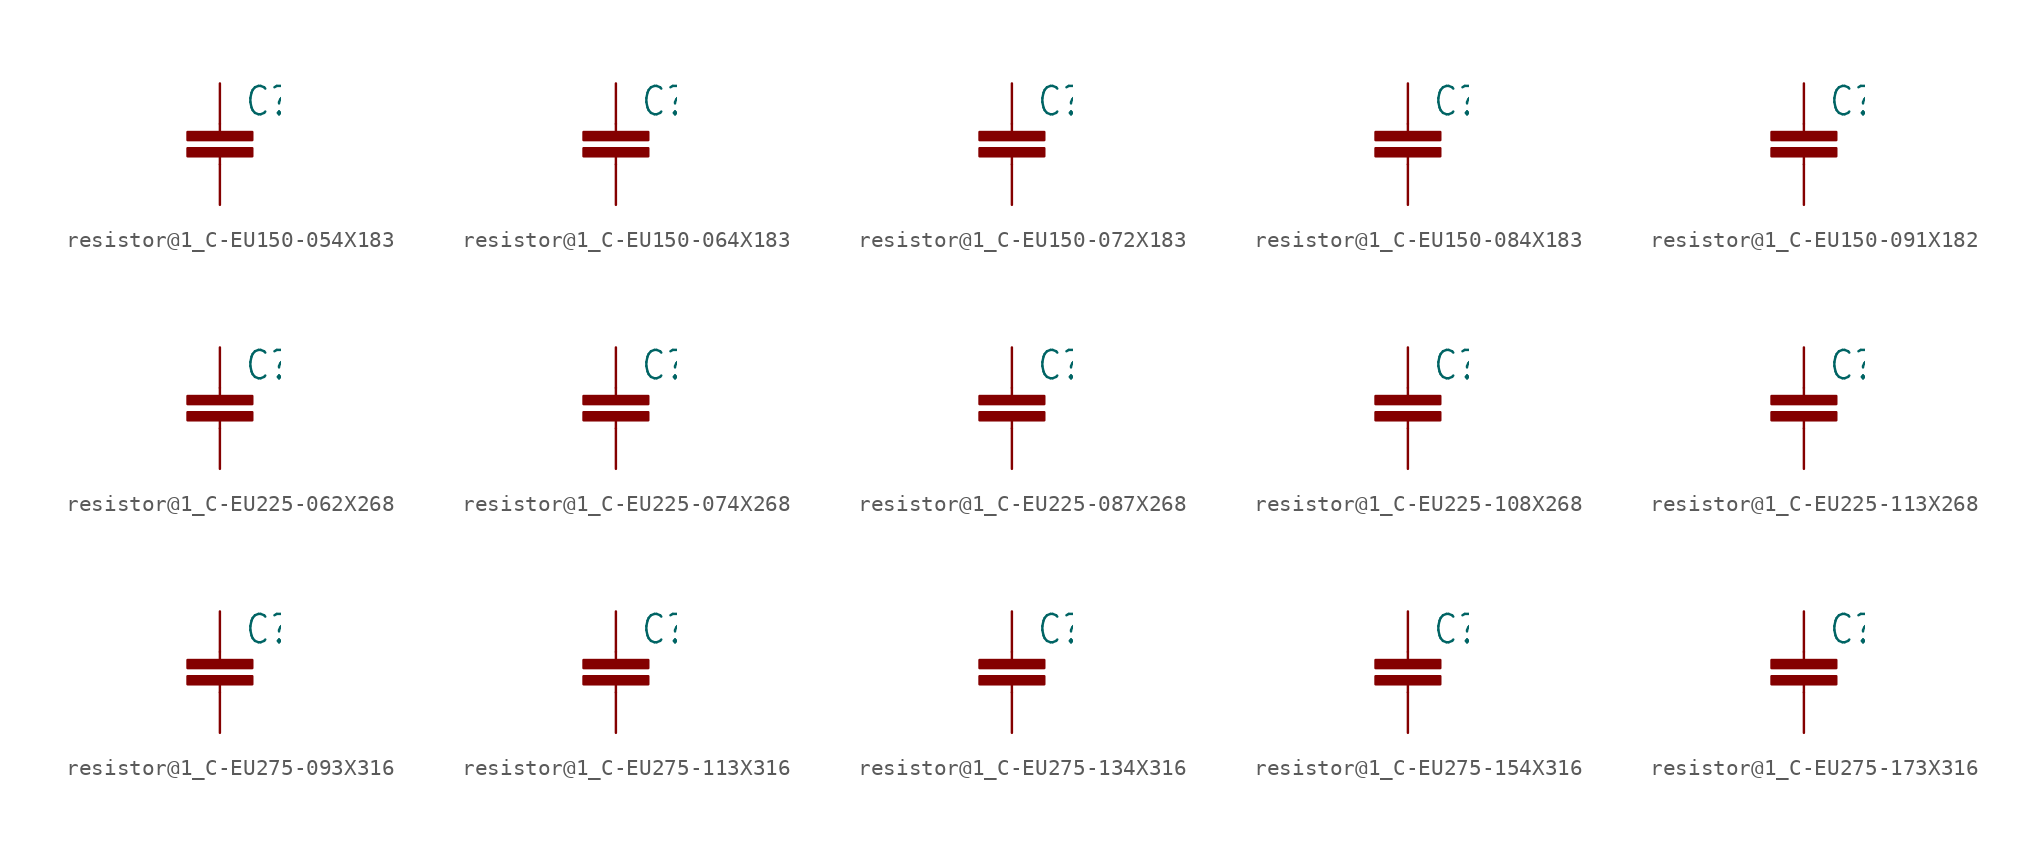
<source format=kicad_sym>
(kicad_symbol_lib
  (version 20231120)
  (generator "kicad_symbol_editor")
  (generator_version "8.0")
  (symbol "resistor@1_C-EU150-054X183"
    (property "Reference" "C"
      (at 1.524 0.381 0)
      (effects (font (size 1.778 1.511)) (justify left bottom)))
    (property "Value" ""
      (at 1.524 -4.699 0)
      (effects (font (size 1.778 1.511)) (justify left bottom)))
    (property "ki_locked" ""
      (at 0 0 0)
      (effects (font (size 1.27 1.27))))
    (symbol "resistor@1_C-EU150-054X183_1_0"
      (rectangle (start -2.032 -2.032) (end 2.032 -1.524) (stroke (width 0) (type default)) (fill (type outline)))
      (rectangle (start -2.032 -1.016) (end 2.032 -0.508) (stroke (width 0) (type default)) (fill (type outline)))
      (polyline (pts (xy 0 -2.54) (xy 0 -2.032)) (stroke (width 0.152) (type solid)) (fill (type none)))
      (polyline (pts (xy 0 0) (xy 0 -0.508)) (stroke (width 0.152) (type solid)) (fill (type none)))
      (pin passive line (at 0 2.54 270) (length 2.54) (name "1" (effects (font (size 0 0)))) (number "1" (effects (font (size 0 0)))))
      (pin passive line (at 0 -5.08 90) (length 2.54) (name "2" (effects (font (size 0 0)))) (number "2" (effects (font (size 0 0)))))))
  (symbol "resistor@1_C-EU150-064X183"
    (property "Reference" "C"
      (at 1.524 0.381 0)
      (effects (font (size 1.778 1.511)) (justify left bottom)))
    (property "Value" ""
      (at 1.524 -4.699 0)
      (effects (font (size 1.778 1.511)) (justify left bottom)))
    (property "ki_locked" ""
      (at 0 0 0)
      (effects (font (size 1.27 1.27))))
    (symbol "resistor@1_C-EU150-064X183_1_0"
      (rectangle (start -2.032 -2.032) (end 2.032 -1.524) (stroke (width 0) (type default)) (fill (type outline)))
      (rectangle (start -2.032 -1.016) (end 2.032 -0.508) (stroke (width 0) (type default)) (fill (type outline)))
      (polyline (pts (xy 0 -2.54) (xy 0 -2.032)) (stroke (width 0.152) (type solid)) (fill (type none)))
      (polyline (pts (xy 0 0) (xy 0 -0.508)) (stroke (width 0.152) (type solid)) (fill (type none)))
      (pin passive line (at 0 2.54 270) (length 2.54) (name "1" (effects (font (size 0 0)))) (number "1" (effects (font (size 0 0)))))
      (pin passive line (at 0 -5.08 90) (length 2.54) (name "2" (effects (font (size 0 0)))) (number "2" (effects (font (size 0 0)))))))
  (symbol "resistor@1_C-EU150-072X183"
    (property "Reference" "C"
      (at 1.524 0.381 0)
      (effects (font (size 1.778 1.511)) (justify left bottom)))
    (property "Value" ""
      (at 1.524 -4.699 0)
      (effects (font (size 1.778 1.511)) (justify left bottom)))
    (property "ki_locked" ""
      (at 0 0 0)
      (effects (font (size 1.27 1.27))))
    (symbol "resistor@1_C-EU150-072X183_1_0"
      (rectangle (start -2.032 -2.032) (end 2.032 -1.524) (stroke (width 0) (type default)) (fill (type outline)))
      (rectangle (start -2.032 -1.016) (end 2.032 -0.508) (stroke (width 0) (type default)) (fill (type outline)))
      (polyline (pts (xy 0 -2.54) (xy 0 -2.032)) (stroke (width 0.152) (type solid)) (fill (type none)))
      (polyline (pts (xy 0 0) (xy 0 -0.508)) (stroke (width 0.152) (type solid)) (fill (type none)))
      (pin passive line (at 0 2.54 270) (length 2.54) (name "1" (effects (font (size 0 0)))) (number "1" (effects (font (size 0 0)))))
      (pin passive line (at 0 -5.08 90) (length 2.54) (name "2" (effects (font (size 0 0)))) (number "2" (effects (font (size 0 0)))))))
  (symbol "resistor@1_C-EU150-084X183"
    (property "Reference" "C"
      (at 1.524 0.381 0)
      (effects (font (size 1.778 1.511)) (justify left bottom)))
    (property "Value" ""
      (at 1.524 -4.699 0)
      (effects (font (size 1.778 1.511)) (justify left bottom)))
    (property "ki_locked" ""
      (at 0 0 0)
      (effects (font (size 1.27 1.27))))
    (symbol "resistor@1_C-EU150-084X183_1_0"
      (rectangle (start -2.032 -2.032) (end 2.032 -1.524) (stroke (width 0) (type default)) (fill (type outline)))
      (rectangle (start -2.032 -1.016) (end 2.032 -0.508) (stroke (width 0) (type default)) (fill (type outline)))
      (polyline (pts (xy 0 -2.54) (xy 0 -2.032)) (stroke (width 0.152) (type solid)) (fill (type none)))
      (polyline (pts (xy 0 0) (xy 0 -0.508)) (stroke (width 0.152) (type solid)) (fill (type none)))
      (pin passive line (at 0 2.54 270) (length 2.54) (name "1" (effects (font (size 0 0)))) (number "1" (effects (font (size 0 0)))))
      (pin passive line (at 0 -5.08 90) (length 2.54) (name "2" (effects (font (size 0 0)))) (number "2" (effects (font (size 0 0)))))))
  (symbol "resistor@1_C-EU150-091X182"
    (property "Reference" "C"
      (at 1.524 0.381 0)
      (effects (font (size 1.778 1.511)) (justify left bottom)))
    (property "Value" ""
      (at 1.524 -4.699 0)
      (effects (font (size 1.778 1.511)) (justify left bottom)))
    (property "ki_locked" ""
      (at 0 0 0)
      (effects (font (size 1.27 1.27))))
    (symbol "resistor@1_C-EU150-091X182_1_0"
      (rectangle (start -2.032 -2.032) (end 2.032 -1.524) (stroke (width 0) (type default)) (fill (type outline)))
      (rectangle (start -2.032 -1.016) (end 2.032 -0.508) (stroke (width 0) (type default)) (fill (type outline)))
      (polyline (pts (xy 0 -2.54) (xy 0 -2.032)) (stroke (width 0.152) (type solid)) (fill (type none)))
      (polyline (pts (xy 0 0) (xy 0 -0.508)) (stroke (width 0.152) (type solid)) (fill (type none)))
      (pin passive line (at 0 2.54 270) (length 2.54) (name "1" (effects (font (size 0 0)))) (number "1" (effects (font (size 0 0)))))
      (pin passive line (at 0 -5.08 90) (length 2.54) (name "2" (effects (font (size 0 0)))) (number "2" (effects (font (size 0 0)))))))
  (symbol "resistor@1_C-EU225-062X268"
    (property "Reference" "C"
      (at 1.524 0.381 0)
      (effects (font (size 1.778 1.511)) (justify left bottom)))
    (property "Value" ""
      (at 1.524 -4.699 0)
      (effects (font (size 1.778 1.511)) (justify left bottom)))
    (property "ki_locked" ""
      (at 0 0 0)
      (effects (font (size 1.27 1.27))))
    (symbol "resistor@1_C-EU225-062X268_1_0"
      (rectangle (start -2.032 -2.032) (end 2.032 -1.524) (stroke (width 0) (type default)) (fill (type outline)))
      (rectangle (start -2.032 -1.016) (end 2.032 -0.508) (stroke (width 0) (type default)) (fill (type outline)))
      (polyline (pts (xy 0 -2.54) (xy 0 -2.032)) (stroke (width 0.152) (type solid)) (fill (type none)))
      (polyline (pts (xy 0 0) (xy 0 -0.508)) (stroke (width 0.152) (type solid)) (fill (type none)))
      (pin passive line (at 0 2.54 270) (length 2.54) (name "1" (effects (font (size 0 0)))) (number "1" (effects (font (size 0 0)))))
      (pin passive line (at 0 -5.08 90) (length 2.54) (name "2" (effects (font (size 0 0)))) (number "2" (effects (font (size 0 0)))))))
  (symbol "resistor@1_C-EU225-074X268"
    (property "Reference" "C"
      (at 1.524 0.381 0)
      (effects (font (size 1.778 1.511)) (justify left bottom)))
    (property "Value" ""
      (at 1.524 -4.699 0)
      (effects (font (size 1.778 1.511)) (justify left bottom)))
    (property "ki_locked" ""
      (at 0 0 0)
      (effects (font (size 1.27 1.27))))
    (symbol "resistor@1_C-EU225-074X268_1_0"
      (rectangle (start -2.032 -2.032) (end 2.032 -1.524) (stroke (width 0) (type default)) (fill (type outline)))
      (rectangle (start -2.032 -1.016) (end 2.032 -0.508) (stroke (width 0) (type default)) (fill (type outline)))
      (polyline (pts (xy 0 -2.54) (xy 0 -2.032)) (stroke (width 0.152) (type solid)) (fill (type none)))
      (polyline (pts (xy 0 0) (xy 0 -0.508)) (stroke (width 0.152) (type solid)) (fill (type none)))
      (pin passive line (at 0 2.54 270) (length 2.54) (name "1" (effects (font (size 0 0)))) (number "1" (effects (font (size 0 0)))))
      (pin passive line (at 0 -5.08 90) (length 2.54) (name "2" (effects (font (size 0 0)))) (number "2" (effects (font (size 0 0)))))))
  (symbol "resistor@1_C-EU225-087X268"
    (property "Reference" "C"
      (at 1.524 0.381 0)
      (effects (font (size 1.778 1.511)) (justify left bottom)))
    (property "Value" ""
      (at 1.524 -4.699 0)
      (effects (font (size 1.778 1.511)) (justify left bottom)))
    (property "ki_locked" ""
      (at 0 0 0)
      (effects (font (size 1.27 1.27))))
    (symbol "resistor@1_C-EU225-087X268_1_0"
      (rectangle (start -2.032 -2.032) (end 2.032 -1.524) (stroke (width 0) (type default)) (fill (type outline)))
      (rectangle (start -2.032 -1.016) (end 2.032 -0.508) (stroke (width 0) (type default)) (fill (type outline)))
      (polyline (pts (xy 0 -2.54) (xy 0 -2.032)) (stroke (width 0.152) (type solid)) (fill (type none)))
      (polyline (pts (xy 0 0) (xy 0 -0.508)) (stroke (width 0.152) (type solid)) (fill (type none)))
      (pin passive line (at 0 2.54 270) (length 2.54) (name "1" (effects (font (size 0 0)))) (number "1" (effects (font (size 0 0)))))
      (pin passive line (at 0 -5.08 90) (length 2.54) (name "2" (effects (font (size 0 0)))) (number "2" (effects (font (size 0 0)))))))
  (symbol "resistor@1_C-EU225-108X268"
    (property "Reference" "C"
      (at 1.524 0.381 0)
      (effects (font (size 1.778 1.511)) (justify left bottom)))
    (property "Value" ""
      (at 1.524 -4.699 0)
      (effects (font (size 1.778 1.511)) (justify left bottom)))
    (property "ki_locked" ""
      (at 0 0 0)
      (effects (font (size 1.27 1.27))))
    (symbol "resistor@1_C-EU225-108X268_1_0"
      (rectangle (start -2.032 -2.032) (end 2.032 -1.524) (stroke (width 0) (type default)) (fill (type outline)))
      (rectangle (start -2.032 -1.016) (end 2.032 -0.508) (stroke (width 0) (type default)) (fill (type outline)))
      (polyline (pts (xy 0 -2.54) (xy 0 -2.032)) (stroke (width 0.152) (type solid)) (fill (type none)))
      (polyline (pts (xy 0 0) (xy 0 -0.508)) (stroke (width 0.152) (type solid)) (fill (type none)))
      (pin passive line (at 0 2.54 270) (length 2.54) (name "1" (effects (font (size 0 0)))) (number "1" (effects (font (size 0 0)))))
      (pin passive line (at 0 -5.08 90) (length 2.54) (name "2" (effects (font (size 0 0)))) (number "2" (effects (font (size 0 0)))))))
  (symbol "resistor@1_C-EU225-113X268"
    (property "Reference" "C"
      (at 1.524 0.381 0)
      (effects (font (size 1.778 1.511)) (justify left bottom)))
    (property "Value" ""
      (at 1.524 -4.699 0)
      (effects (font (size 1.778 1.511)) (justify left bottom)))
    (property "ki_locked" ""
      (at 0 0 0)
      (effects (font (size 1.27 1.27))))
    (symbol "resistor@1_C-EU225-113X268_1_0"
      (rectangle (start -2.032 -2.032) (end 2.032 -1.524) (stroke (width 0) (type default)) (fill (type outline)))
      (rectangle (start -2.032 -1.016) (end 2.032 -0.508) (stroke (width 0) (type default)) (fill (type outline)))
      (polyline (pts (xy 0 -2.54) (xy 0 -2.032)) (stroke (width 0.152) (type solid)) (fill (type none)))
      (polyline (pts (xy 0 0) (xy 0 -0.508)) (stroke (width 0.152) (type solid)) (fill (type none)))
      (pin passive line (at 0 2.54 270) (length 2.54) (name "1" (effects (font (size 0 0)))) (number "1" (effects (font (size 0 0)))))
      (pin passive line (at 0 -5.08 90) (length 2.54) (name "2" (effects (font (size 0 0)))) (number "2" (effects (font (size 0 0)))))))
  (symbol "resistor@1_C-EU275-093X316"
    (property "Reference" "C"
      (at 1.524 0.381 0)
      (effects (font (size 1.778 1.511)) (justify left bottom)))
    (property "Value" ""
      (at 1.524 -4.699 0)
      (effects (font (size 1.778 1.511)) (justify left bottom)))
    (property "ki_locked" ""
      (at 0 0 0)
      (effects (font (size 1.27 1.27))))
    (symbol "resistor@1_C-EU275-093X316_1_0"
      (rectangle (start -2.032 -2.032) (end 2.032 -1.524) (stroke (width 0) (type default)) (fill (type outline)))
      (rectangle (start -2.032 -1.016) (end 2.032 -0.508) (stroke (width 0) (type default)) (fill (type outline)))
      (polyline (pts (xy 0 -2.54) (xy 0 -2.032)) (stroke (width 0.152) (type solid)) (fill (type none)))
      (polyline (pts (xy 0 0) (xy 0 -0.508)) (stroke (width 0.152) (type solid)) (fill (type none)))
      (pin passive line (at 0 2.54 270) (length 2.54) (name "1" (effects (font (size 0 0)))) (number "1" (effects (font (size 0 0)))))
      (pin passive line (at 0 -5.08 90) (length 2.54) (name "2" (effects (font (size 0 0)))) (number "2" (effects (font (size 0 0)))))))
  (symbol "resistor@1_C-EU275-113X316"
    (property "Reference" "C"
      (at 1.524 0.381 0)
      (effects (font (size 1.778 1.511)) (justify left bottom)))
    (property "Value" ""
      (at 1.524 -4.699 0)
      (effects (font (size 1.778 1.511)) (justify left bottom)))
    (property "ki_locked" ""
      (at 0 0 0)
      (effects (font (size 1.27 1.27))))
    (symbol "resistor@1_C-EU275-113X316_1_0"
      (rectangle (start -2.032 -2.032) (end 2.032 -1.524) (stroke (width 0) (type default)) (fill (type outline)))
      (rectangle (start -2.032 -1.016) (end 2.032 -0.508) (stroke (width 0) (type default)) (fill (type outline)))
      (polyline (pts (xy 0 -2.54) (xy 0 -2.032)) (stroke (width 0.152) (type solid)) (fill (type none)))
      (polyline (pts (xy 0 0) (xy 0 -0.508)) (stroke (width 0.152) (type solid)) (fill (type none)))
      (pin passive line (at 0 2.54 270) (length 2.54) (name "1" (effects (font (size 0 0)))) (number "1" (effects (font (size 0 0)))))
      (pin passive line (at 0 -5.08 90) (length 2.54) (name "2" (effects (font (size 0 0)))) (number "2" (effects (font (size 0 0)))))))
  (symbol "resistor@1_C-EU275-134X316"
    (property "Reference" "C"
      (at 1.524 0.381 0)
      (effects (font (size 1.778 1.511)) (justify left bottom)))
    (property "Value" ""
      (at 1.524 -4.699 0)
      (effects (font (size 1.778 1.511)) (justify left bottom)))
    (property "ki_locked" ""
      (at 0 0 0)
      (effects (font (size 1.27 1.27))))
    (symbol "resistor@1_C-EU275-134X316_1_0"
      (rectangle (start -2.032 -2.032) (end 2.032 -1.524) (stroke (width 0) (type default)) (fill (type outline)))
      (rectangle (start -2.032 -1.016) (end 2.032 -0.508) (stroke (width 0) (type default)) (fill (type outline)))
      (polyline (pts (xy 0 -2.54) (xy 0 -2.032)) (stroke (width 0.152) (type solid)) (fill (type none)))
      (polyline (pts (xy 0 0) (xy 0 -0.508)) (stroke (width 0.152) (type solid)) (fill (type none)))
      (pin passive line (at 0 2.54 270) (length 2.54) (name "1" (effects (font (size 0 0)))) (number "1" (effects (font (size 0 0)))))
      (pin passive line (at 0 -5.08 90) (length 2.54) (name "2" (effects (font (size 0 0)))) (number "2" (effects (font (size 0 0)))))))
  (symbol "resistor@1_C-EU275-154X316"
    (property "Reference" "C"
      (at 1.524 0.381 0)
      (effects (font (size 1.778 1.511)) (justify left bottom)))
    (property "Value" ""
      (at 1.524 -4.699 0)
      (effects (font (size 1.778 1.511)) (justify left bottom)))
    (property "ki_locked" ""
      (at 0 0 0)
      (effects (font (size 1.27 1.27))))
    (symbol "resistor@1_C-EU275-154X316_1_0"
      (rectangle (start -2.032 -2.032) (end 2.032 -1.524) (stroke (width 0) (type default)) (fill (type outline)))
      (rectangle (start -2.032 -1.016) (end 2.032 -0.508) (stroke (width 0) (type default)) (fill (type outline)))
      (polyline (pts (xy 0 -2.54) (xy 0 -2.032)) (stroke (width 0.152) (type solid)) (fill (type none)))
      (polyline (pts (xy 0 0) (xy 0 -0.508)) (stroke (width 0.152) (type solid)) (fill (type none)))
      (pin passive line (at 0 2.54 270) (length 2.54) (name "1" (effects (font (size 0 0)))) (number "1" (effects (font (size 0 0)))))
      (pin passive line (at 0 -5.08 90) (length 2.54) (name "2" (effects (font (size 0 0)))) (number "2" (effects (font (size 0 0)))))))
  (symbol "resistor@1_C-EU275-173X316"
    (property "Reference" "C"
      (at 1.524 0.381 0)
      (effects (font (size 1.778 1.511)) (justify left bottom)))
    (property "Value" ""
      (at 1.524 -4.699 0)
      (effects (font (size 1.778 1.511)) (justify left bottom)))
    (property "ki_locked" ""
      (at 0 0 0)
      (effects (font (size 1.27 1.27))))
    (symbol "resistor@1_C-EU275-173X316_1_0"
      (rectangle (start -2.032 -2.032) (end 2.032 -1.524) (stroke (width 0) (type default)) (fill (type outline)))
      (rectangle (start -2.032 -1.016) (end 2.032 -0.508) (stroke (width 0) (type default)) (fill (type outline)))
      (polyline (pts (xy 0 -2.54) (xy 0 -2.032)) (stroke (width 0.152) (type solid)) (fill (type none)))
      (polyline (pts (xy 0 0) (xy 0 -0.508)) (stroke (width 0.152) (type solid)) (fill (type none)))
      (pin passive line (at 0 2.54 270) (length 2.54) (name "1" (effects (font (size 0 0)))) (number "1" (effects (font (size 0 0)))))
      (pin passive line (at 0 -5.08 90) (length 2.54) (name "2" (effects (font (size 0 0)))) (number "2" (effects (font (size 0 0))))))))
</source>
